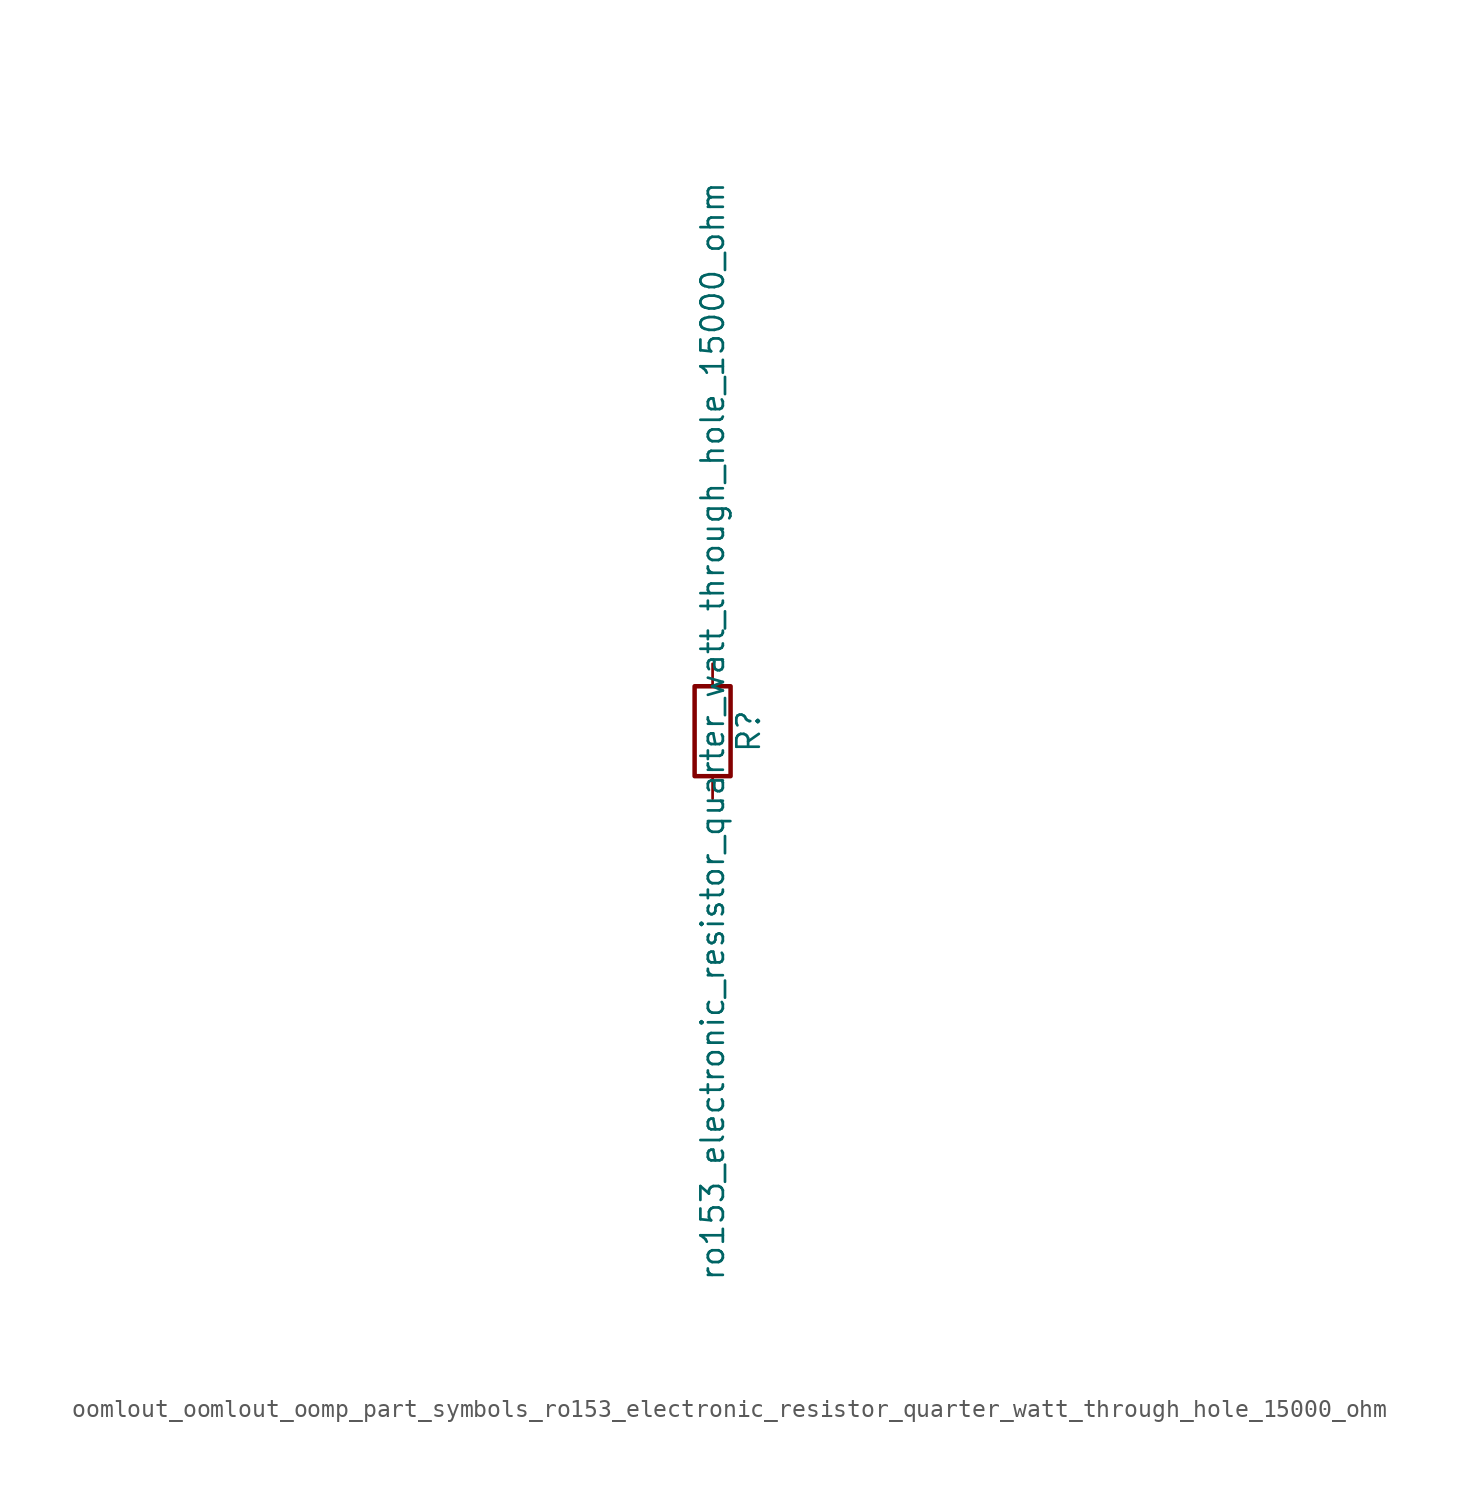
<source format=kicad_sym>
(kicad_symbol_lib
  (version 20220914)
  (generator kicad_symbol_editor)
  (symbol "oomlout_oomlout_oomp_part_symbols_ro153_electronic_resistor_quarter_watt_through_hole_15000_ohm"
    (pin_numbers hide)
    (pin_names
      (offset 0))
    (property "Reference" "R"
      (at 2.032 0 90)
      (effects (font (size 1.27 1.27))))
    (property "Value" "ro153_electronic_resistor_quarter_watt_through_hole_15000_ohm"
      (at 0 0 90)
      (effects (font (size 1.27 1.27))))
    (symbol "oomlout_oomlout_oomp_part_symbols_ro153_electronic_resistor_quarter_watt_through_hole_15000_ohm_0_1"
      (rectangle (start -1.016 -2.54) (end 1.016 2.54) (stroke (width 0.254) (type default)) (fill (type none))))
    (symbol "oomlout_oomlout_oomp_part_symbols_ro153_electronic_resistor_quarter_watt_through_hole_15000_ohm_1_1"
      (pin passive line (at 0 3.81 270) (length 1.27) (name "~" (effects (font (size 1.27 1.27)))) (number "1" (effects (font (size 1.27 1.27)))))
      (pin passive line (at 0 -3.81 90) (length 1.27) (name "~" (effects (font (size 1.27 1.27)))) (number "2" (effects (font (size 1.27 1.27))))))))
</source>
